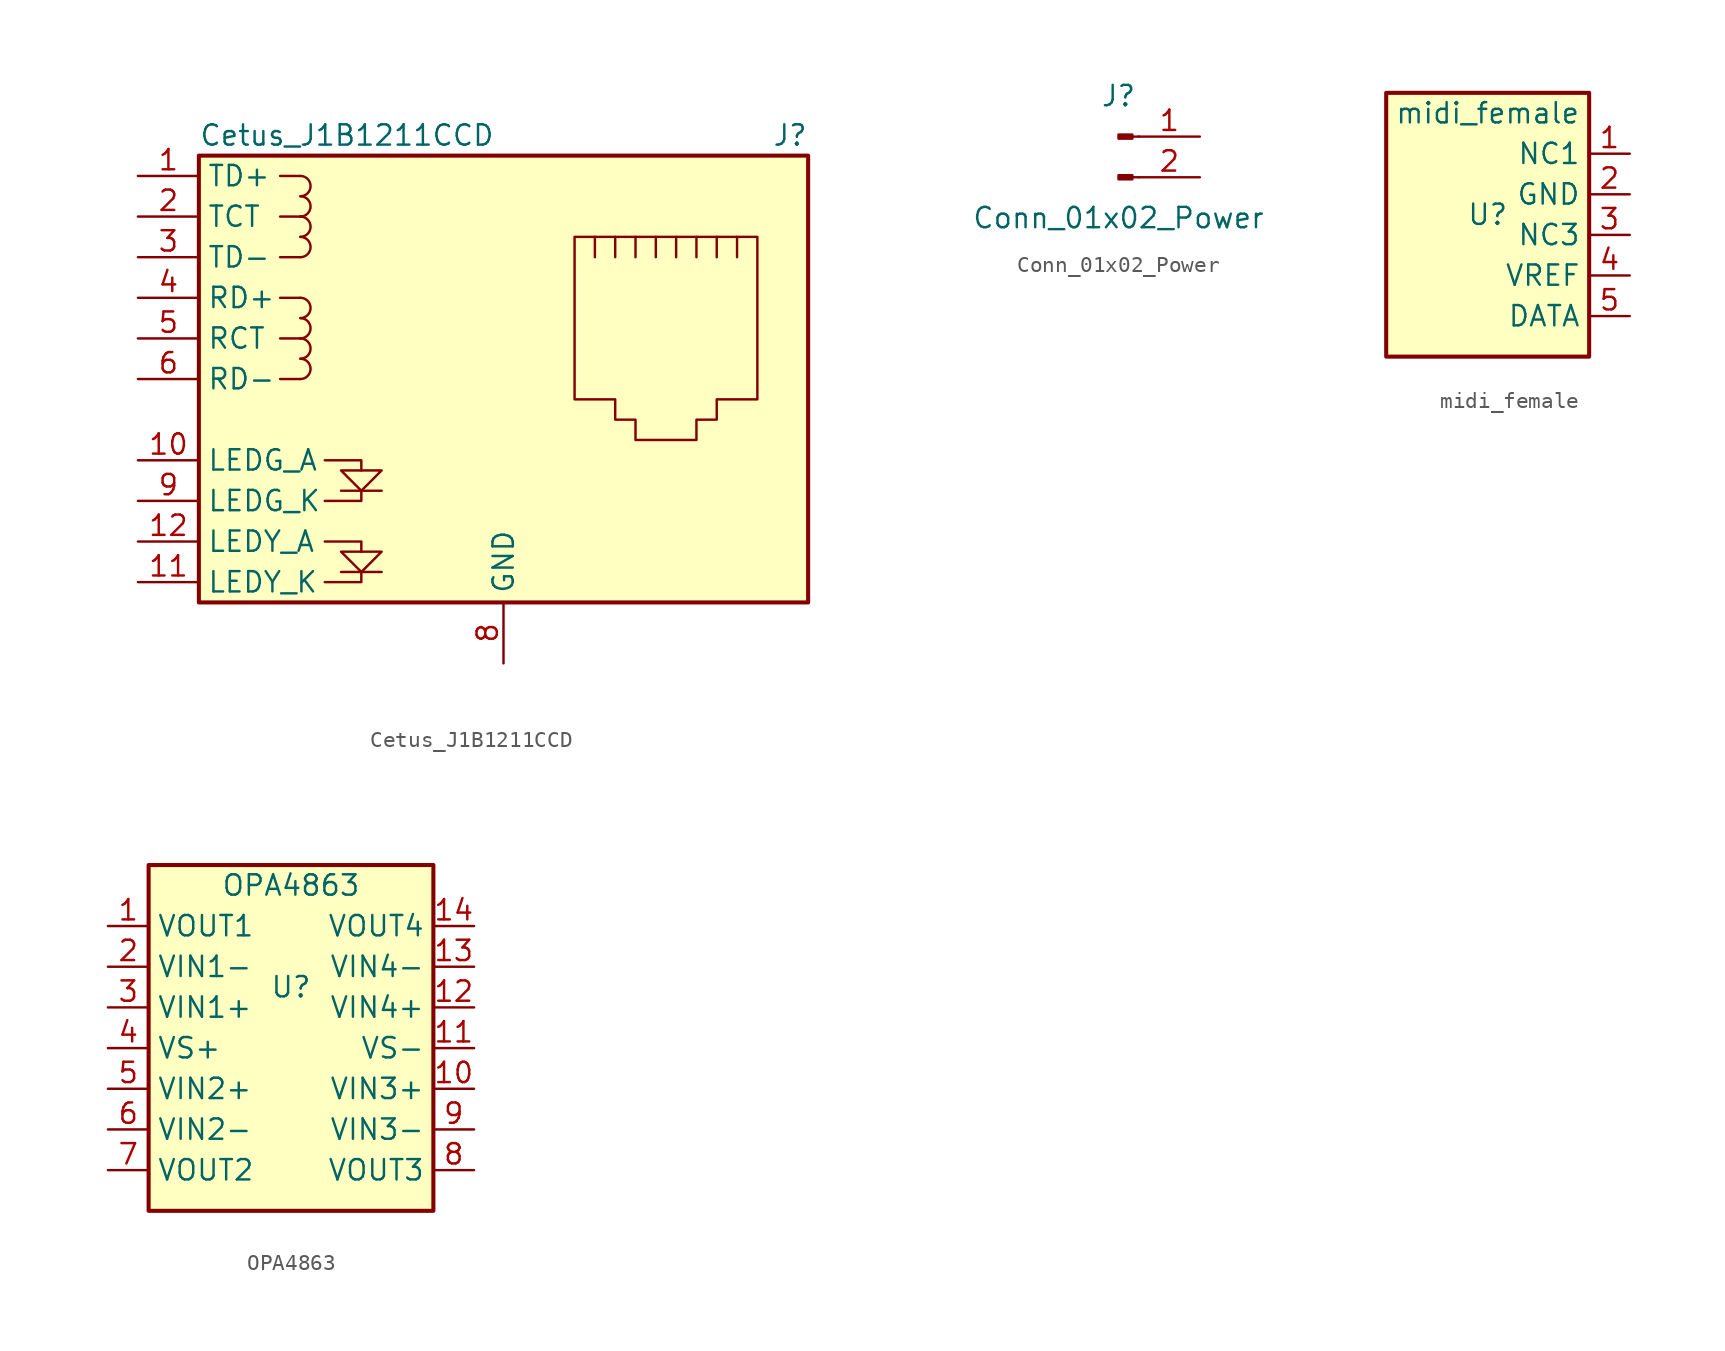
<source format=kicad_sym>
(kicad_symbol_lib
  (version 20231120)
  (generator "kicad_symbol_editor")
  (generator_version "8.0")
  (symbol "Cetus_J1B1211CCD"
    (property "Reference" "J"
      (at 19.05 15.24 0)
      (effects (font (size 1.27 1.27)) (justify right)))
    (property "Value" "Cetus_J1B1211CCD"
      (at -19.05 15.24 0)
      (effects (font (size 1.27 1.27)) (justify left)))
    (symbol "Cetus_J1B1211CCD_0_0"
      (polyline (pts (xy -7.62 -12.065) (xy -10.16 -12.065)) (stroke (width 0) (type default)) (fill (type none)))
      (polyline (pts (xy -7.62 -6.985) (xy -10.16 -6.985)) (stroke (width 0) (type default)) (fill (type none)))
      (polyline (pts (xy -11.176 -12.7) (xy -8.89 -12.7) (xy -8.89 -12.065)) (stroke (width 0) (type default)) (fill (type none)))
      (polyline (pts (xy -11.176 -10.16) (xy -8.89 -10.16) (xy -8.89 -10.795)) (stroke (width 0) (type default)) (fill (type none)))
      (polyline (pts (xy -11.176 -5.08) (xy -8.89 -5.08) (xy -8.89 -5.715)) (stroke (width 0) (type default)) (fill (type none)))
      (polyline (pts (xy -8.89 -6.985) (xy -8.89 -7.62) (xy -11.176 -7.62)) (stroke (width 0) (type default)) (fill (type none)))
      (polyline (pts (xy -10.16 -5.715) (xy -7.62 -5.715) (xy -8.89 -6.985) (xy -10.16 -5.715)) (stroke (width 0) (type default)) (fill (type none)))
      (polyline (pts (xy -7.62 -10.795) (xy -10.16 -10.795) (xy -8.89 -12.065) (xy -7.62 -10.795)) (stroke (width 0) (type default)) (fill (type none))))
    (symbol "Cetus_J1B1211CCD_0_1"
      (rectangle (start -19.05 -13.97) (end 19.05 13.97) (stroke (width 0.254) (type default)) (fill (type background)))
      (arc (start -12.7 0) (mid -12.0677 0.635) (end -12.7 1.27) (stroke (width 0) (type default)) (fill (type none)))
      (arc (start -12.7 1.27) (mid -12.0677 1.905) (end -12.7 2.54) (stroke (width 0) (type default)) (fill (type none)))
      (arc (start -12.7 2.54) (mid -12.0677 3.175) (end -12.7 3.81) (stroke (width 0) (type default)) (fill (type none)))
      (arc (start -12.7 3.81) (mid -12.0677 4.445) (end -12.7 5.08) (stroke (width 0) (type default)) (fill (type none)))
      (arc (start -12.7 7.62) (mid -12.0677 8.255) (end -12.7 8.89) (stroke (width 0) (type default)) (fill (type none)))
      (arc (start -12.7 8.89) (mid -12.0677 9.525) (end -12.7 10.16) (stroke (width 0) (type default)) (fill (type none)))
      (arc (start -12.7 10.16) (mid -12.0677 10.795) (end -12.7 11.43) (stroke (width 0) (type default)) (fill (type none)))
      (arc (start -12.7 11.43) (mid -12.0677 12.065) (end -12.7 12.7) (stroke (width 0) (type default)) (fill (type none)))
      (polyline (pts (xy -12.7 0) (xy -13.97 0)) (stroke (width 0) (type default)) (fill (type none)))
      (polyline (pts (xy -12.7 2.54) (xy -13.97 2.54)) (stroke (width 0) (type default)) (fill (type none)))
      (polyline (pts (xy -12.7 5.08) (xy -13.97 5.08)) (stroke (width 0) (type default)) (fill (type none)))
      (polyline (pts (xy -12.7 7.62) (xy -13.97 7.62)) (stroke (width 0) (type default)) (fill (type none)))
      (polyline (pts (xy -12.7 10.16) (xy -13.97 10.16)) (stroke (width 0) (type default)) (fill (type none)))
      (polyline (pts (xy -12.7 12.7) (xy -13.97 12.7)) (stroke (width 0) (type default)) (fill (type none)))
      (polyline (pts (xy 5.715 7.62) (xy 5.715 8.89)) (stroke (width 0) (type default)) (fill (type none)))
      (polyline (pts (xy 6.985 8.89) (xy 6.985 7.62)) (stroke (width 0) (type default)) (fill (type none)))
      (polyline (pts (xy 8.255 8.89) (xy 8.255 7.62)) (stroke (width 0) (type default)) (fill (type none)))
      (polyline (pts (xy 9.525 8.89) (xy 9.525 7.62)) (stroke (width 0) (type default)) (fill (type none)))
      (polyline (pts (xy 10.795 8.89) (xy 10.795 7.62)) (stroke (width 0) (type default)) (fill (type none)))
      (polyline (pts (xy 12.065 8.89) (xy 12.065 7.62)) (stroke (width 0) (type default)) (fill (type none)))
      (polyline (pts (xy 13.335 7.62) (xy 13.335 8.89)) (stroke (width 0) (type default)) (fill (type none)))
      (polyline (pts (xy 14.605 7.62) (xy 14.605 8.89)) (stroke (width 0) (type default)) (fill (type none)))
      (polyline (pts (xy 4.445 8.89) (xy 15.875 8.89) (xy 15.875 -1.27) (xy 13.335 -1.27) (xy 13.335 -2.54) (xy 12.065 -2.54) (xy 12.065 -3.81) (xy 8.255 -3.81) (xy 8.255 -2.54) (xy 6.985 -2.54) (xy 6.985 -1.27) (xy 4.445 -1.27) (xy 4.445 8.89)) (stroke (width 0) (type default)) (fill (type none))))
    (symbol "Cetus_J1B1211CCD_1_1"
      (pin passive line (at -22.86 12.7 0) (length 3.81) (name "TD+" (effects (font (size 1.27 1.27)))) (number "1" (effects (font (size 1.27 1.27)))))
      (pin passive line (at -22.86 -5.08 0) (length 3.81) (name "LEDG_A" (effects (font (size 1.27 1.27)))) (number "10" (effects (font (size 1.27 1.27)))))
      (pin passive line (at -22.86 -12.7 0) (length 3.81) (name "LEDY_K" (effects (font (size 1.27 1.27)))) (number "11" (effects (font (size 1.27 1.27)))))
      (pin passive line (at -22.86 -10.16 0) (length 3.81) (name "LEDY_A" (effects (font (size 1.27 1.27)))) (number "12" (effects (font (size 1.27 1.27)))))
      (pin passive line (at -22.86 10.16 0) (length 3.81) (name "TCT" (effects (font (size 1.27 1.27)))) (number "2" (effects (font (size 1.27 1.27)))))
      (pin passive line (at -22.86 7.62 0) (length 3.81) (name "TD-" (effects (font (size 1.27 1.27)))) (number "3" (effects (font (size 1.27 1.27)))))
      (pin passive line (at -22.86 5.08 0) (length 3.81) (name "RD+" (effects (font (size 1.27 1.27)))) (number "4" (effects (font (size 1.27 1.27)))))
      (pin passive line (at -22.86 2.54 0) (length 3.81) (name "RCT" (effects (font (size 1.27 1.27)))) (number "5" (effects (font (size 1.27 1.27)))))
      (pin passive line (at -22.86 0 0) (length 3.81) (name "RD-" (effects (font (size 1.27 1.27)))) (number "6" (effects (font (size 1.27 1.27)))))
      (pin power_in line (at 0 -17.78 90) (length 3.81) (name "GND" (effects (font (size 1.27 1.27)))) (number "8" (effects (font (size 1.27 1.27)))))
      (pin passive line (at -22.86 -7.62 0) (length 3.81) (name "LEDG_K" (effects (font (size 1.27 1.27)))) (number "9" (effects (font (size 1.27 1.27)))))))
  (symbol "Conn_01x02_Power"
    (pin_names
      (offset 1.016) hide)
    (property "Reference" "J"
      (at 0 2.54 0)
      (effects (font (size 1.27 1.27))))
    (property "Value" "Conn_01x02_Power"
      (at 0 -5.08 0)
      (effects (font (size 1.27 1.27))))
    (symbol "Conn_01x02_Power_1_1"
      (polyline (pts (xy 1.27 -2.54) (xy 0.864 -2.54)) (stroke (width 0.152) (type default)) (fill (type none)))
      (polyline (pts (xy 1.27 0) (xy 0.864 0)) (stroke (width 0.152) (type default)) (fill (type none)))
      (rectangle (start 0.864 -2.413) (end 0 -2.667) (stroke (width 0.152) (type default)) (fill (type outline)))
      (rectangle (start 0.864 0.127) (end 0 -0.127) (stroke (width 0.152) (type default)) (fill (type outline)))
      (pin passive line (at 5.08 0 180) (length 3.81) (name "Pin_1" (effects (font (size 1.27 1.27)))) (number "1" (effects (font (size 1.27 1.27)))))
      (pin power_out line (at 5.08 -2.54 180) (length 3.81) (name "Pin_2" (effects (font (size 1.27 1.27)))) (number "2" (effects (font (size 1.27 1.27)))))))
  (symbol "midi_female"
    (property "Reference" "U"
      (at 0 0 0)
      (effects (font (size 1.27 1.27))))
    (property "Value" "midi_female"
      (at 0 6.35 0)
      (effects (font (size 1.27 1.27))))
    (symbol "midi_female_0_1"
      (rectangle (start -6.35 7.62) (end 6.35 -8.89) (stroke (width 0.254) (type default)) (fill (type background))))
    (symbol "midi_female_1_1"
      (pin output line (at 8.89 3.81 180) (length 2.54) (name "NC1" (effects (font (size 1.27 1.27)))) (number "1" (effects (font (size 1.27 1.27)))))
      (pin passive line (at 8.89 1.27 180) (length 2.54) (name "GND" (effects (font (size 1.27 1.27)))) (number "2" (effects (font (size 1.27 1.27)))))
      (pin output line (at 8.89 -1.27 180) (length 2.54) (name "NC3" (effects (font (size 1.27 1.27)))) (number "3" (effects (font (size 1.27 1.27)))))
      (pin passive line (at 8.89 -3.81 180) (length 2.54) (name "VREF" (effects (font (size 1.27 1.27)))) (number "4" (effects (font (size 1.27 1.27)))))
      (pin output line (at 8.89 -6.35 180) (length 2.54) (name "DATA" (effects (font (size 1.27 1.27)))) (number "5" (effects (font (size 1.27 1.27)))))))
  (symbol "OPA4863"
    (property "Reference" "U"
      (at 0 1.27 0)
      (effects (font (size 1.27 1.27))))
    (property "Value" "OPA4863"
      (at 0 7.62 0)
      (effects (font (size 1.27 1.27))))
    (symbol "OPA4863_0_1"
      (rectangle (start -8.89 8.89) (end 8.89 -12.7) (stroke (width 0.254) (type default)) (fill (type background))))
    (symbol "OPA4863_1_1"
      (pin output line (at -11.43 5.08 0) (length 2.54) (name "VOUT1" (effects (font (size 1.27 1.27)))) (number "1" (effects (font (size 1.27 1.27)))))
      (pin input line (at 11.43 -5.08 180) (length 2.54) (name "VIN3+" (effects (font (size 1.27 1.27)))) (number "10" (effects (font (size 1.27 1.27)))))
      (pin power_in line (at 11.43 -2.54 180) (length 2.54) (name "VS-" (effects (font (size 1.27 1.27)))) (number "11" (effects (font (size 1.27 1.27)))))
      (pin input line (at 11.43 0 180) (length 2.54) (name "VIN4+" (effects (font (size 1.27 1.27)))) (number "12" (effects (font (size 1.27 1.27)))))
      (pin input line (at 11.43 2.54 180) (length 2.54) (name "VIN4-" (effects (font (size 1.27 1.27)))) (number "13" (effects (font (size 1.27 1.27)))))
      (pin output line (at 11.43 5.08 180) (length 2.54) (name "VOUT4" (effects (font (size 1.27 1.27)))) (number "14" (effects (font (size 1.27 1.27)))))
      (pin input line (at -11.43 2.54 0) (length 2.54) (name "VIN1-" (effects (font (size 1.27 1.27)))) (number "2" (effects (font (size 1.27 1.27)))))
      (pin input line (at -11.43 0 0) (length 2.54) (name "VIN1+" (effects (font (size 1.27 1.27)))) (number "3" (effects (font (size 1.27 1.27)))))
      (pin power_in line (at -11.43 -2.54 0) (length 2.54) (name "VS+" (effects (font (size 1.27 1.27)))) (number "4" (effects (font (size 1.27 1.27)))))
      (pin input line (at -11.43 -5.08 0) (length 2.54) (name "VIN2+" (effects (font (size 1.27 1.27)))) (number "5" (effects (font (size 1.27 1.27)))))
      (pin input line (at -11.43 -7.62 0) (length 2.54) (name "VIN2-" (effects (font (size 1.27 1.27)))) (number "6" (effects (font (size 1.27 1.27)))))
      (pin output line (at -11.43 -10.16 0) (length 2.54) (name "VOUT2" (effects (font (size 1.27 1.27)))) (number "7" (effects (font (size 1.27 1.27)))))
      (pin output line (at 11.43 -10.16 180) (length 2.54) (name "VOUT3" (effects (font (size 1.27 1.27)))) (number "8" (effects (font (size 1.27 1.27)))))
      (pin input line (at 11.43 -7.62 180) (length 2.54) (name "VIN3-" (effects (font (size 1.27 1.27)))) (number "9" (effects (font (size 1.27 1.27))))))))
</source>
